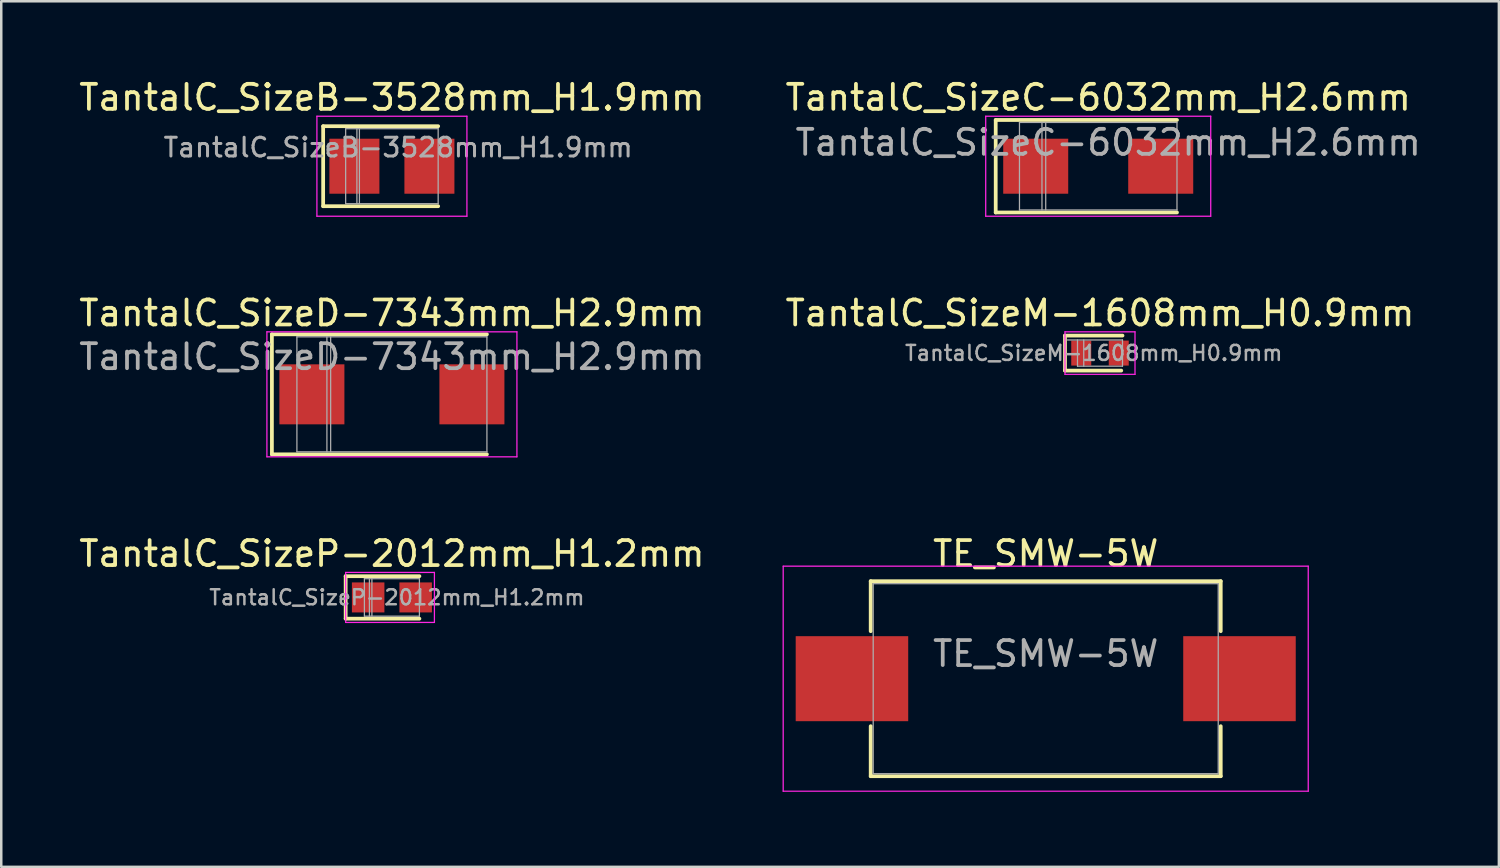
<source format=kicad_pcb>
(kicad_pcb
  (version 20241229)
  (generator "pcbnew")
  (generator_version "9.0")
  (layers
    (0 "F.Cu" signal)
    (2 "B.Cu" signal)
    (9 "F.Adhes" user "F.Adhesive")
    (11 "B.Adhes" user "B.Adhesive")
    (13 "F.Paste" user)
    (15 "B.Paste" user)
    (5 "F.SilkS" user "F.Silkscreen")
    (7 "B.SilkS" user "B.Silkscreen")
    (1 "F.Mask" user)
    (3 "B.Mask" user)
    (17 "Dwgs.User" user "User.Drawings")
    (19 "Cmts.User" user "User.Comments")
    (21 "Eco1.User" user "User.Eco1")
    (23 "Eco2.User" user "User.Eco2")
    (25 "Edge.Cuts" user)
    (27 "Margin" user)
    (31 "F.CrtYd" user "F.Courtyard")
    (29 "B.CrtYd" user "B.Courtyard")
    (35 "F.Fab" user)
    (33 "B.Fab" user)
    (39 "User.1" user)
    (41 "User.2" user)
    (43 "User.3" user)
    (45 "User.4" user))
  (footprint "TantalC_SizeB-3528mm_H1.9mm"
    (layer "F.Cu")
    (at 12.625 3.598)
    (property "Reference" "TantalC_SizeB-3528mm_H1.9mm" (at 0.25 -0.75 0) (layer "F.Fab") (effects (font (size 0.75 0.75) (thickness 0.12))))
    (attr smd)
    (fp_line (start -2.75 -1.6) (end -2.75 1.6) (stroke (width 0.15) (type solid)) (layer "F.SilkS"))
    (fp_line (start 1.85 -1.6) (end -2.75 -1.6) (stroke (width 0.15) (type solid)) (layer "F.SilkS"))
    (fp_line (start 1.85 1.6) (end -2.75 1.6) (stroke (width 0.15) (type solid)) (layer "F.SilkS"))
    (fp_line (start -3 -2) (end -3 2) (stroke (width 0.05) (type solid)) (layer "F.CrtYd"))
    (fp_line (start -3 2) (end 3 2) (stroke (width 0.05) (type solid)) (layer "F.CrtYd"))
    (fp_line (start 3 -2) (end -3 -2) (stroke (width 0.05) (type solid)) (layer "F.CrtYd"))
    (fp_line (start 3 2) (end 3 -2) (stroke (width 0.05) (type solid)) (layer "F.CrtYd"))
    (fp_line (start -1.85 -1.5) (end 1.85 -1.5) (stroke (width 0.05) (type solid)) (layer "F.Fab"))
    (fp_line (start -1.85 1.5) (end -1.85 -1.5) (stroke (width 0.05) (type solid)) (layer "F.Fab"))
    (fp_line (start -1.4 -1.5) (end -1.4 1.5) (stroke (width 0.05) (type solid)) (layer "F.Fab"))
    (fp_line (start -1.3 -1.5) (end -1.3 1.5) (stroke (width 0.05) (type solid)) (layer "F.Fab"))
    (fp_line (start 1.85 -1.5) (end 1.85 1.5) (stroke (width 0.05) (type solid)) (layer "F.Fab"))
    (fp_line (start 1.85 1.5) (end -1.85 1.5) (stroke (width 0.05) (type solid)) (layer "F.Fab"))
    (fp_text user "${REFERENCE}" (at 0 -2.75 0) (layer "F.SilkS") (effects (font (size 1 1) (thickness 0.15))))
    (pad "1" smd rect (at -1.5 0) (size 2 2.2) (layers "F.Cu" "F.Mask" "F.Paste"))
    (pad "2" smd rect (at 1.5 0) (size 2 2.2) (layers "F.Cu" "F.Mask" "F.Paste")))
  (footprint "TantalC_SizeP-2012mm_H1.2mm"
    (layer "F.Cu")
    (at 12.625 20.845)
    (property "Reference" "TantalC_SizeP-2012mm_H1.2mm" (at 0.2 0 0) (layer "F.Fab") (effects (font (size 0.6 0.6) (thickness 0.1))))
    (attr smd)
    (fp_line (start -1.85 -0.85) (end -1.85 0.85) (stroke (width 0.15) (type solid)) (layer "F.SilkS"))
    (fp_line (start 1.1 -0.85) (end -1.85 -0.85) (stroke (width 0.15) (type solid)) (layer "F.SilkS"))
    (fp_line (start 1.1 0.85) (end -1.85 0.85) (stroke (width 0.15) (type solid)) (layer "F.SilkS"))
    (fp_line (start -1.85 -1) (end -1.85 1) (stroke (width 0.05) (type solid)) (layer "F.CrtYd"))
    (fp_line (start -1.85 1) (end 1.7 1) (stroke (width 0.05) (type solid)) (layer "F.CrtYd"))
    (fp_line (start 1.7 -1) (end -1.85 -1) (stroke (width 0.05) (type solid)) (layer "F.CrtYd"))
    (fp_line (start 1.7 1) (end 1.7 -1) (stroke (width 0.05) (type solid)) (layer "F.CrtYd"))
    (fp_line (start -1.1 -0.75) (end 1.1 -0.75) (stroke (width 0.05) (type solid)) (layer "F.Fab"))
    (fp_line (start -1.1 0.75) (end -1.1 -0.75) (stroke (width 0.05) (type solid)) (layer "F.Fab"))
    (fp_line (start -0.9 -0.75) (end -0.9 0.75) (stroke (width 0.05) (type solid)) (layer "F.Fab"))
    (fp_line (start -0.8 -0.75) (end -0.8 0.75) (stroke (width 0.05) (type solid)) (layer "F.Fab"))
    (fp_line (start 1.1 -0.75) (end 1.1 0.75) (stroke (width 0.05) (type solid)) (layer "F.Fab"))
    (fp_line (start 1.1 0.75) (end -1.1 0.75) (stroke (width 0.05) (type solid)) (layer "F.Fab"))
    (fp_text user "${REFERENCE}" (at 0 -1.75 0) (layer "F.SilkS") (effects (font (size 1 1) (thickness 0.15))))
    (pad "1" smd rect (at -0.95 0) (size 1.3 1.2) (layers "F.Cu" "F.Mask" "F.Paste"))
    (pad "2" smd rect (at 0.95 0) (size 1.3 1.2) (layers "F.Cu" "F.Mask" "F.Paste")))
  (footprint "TantalC_SizeC-6032mm_H2.6mm"
    (layer "F.Cu")
    (at 40.875 3.598)
    (property "Reference" "TantalC_SizeC-6032mm_H2.6mm" (at 0.4 -0.95 0) (layer "F.Fab") (effects (font (size 1 1) (thickness 0.15))))
    (attr smd)
    (fp_line (start -4.1 -1.85) (end -4.1 1.85) (stroke (width 0.15) (type solid)) (layer "F.SilkS"))
    (fp_line (start 3.15 -1.85) (end -4.1 -1.85) (stroke (width 0.15) (type solid)) (layer "F.SilkS"))
    (fp_line (start 3.15 1.85) (end -4.1 1.85) (stroke (width 0.15) (type solid)) (layer "F.SilkS"))
    (fp_line (start -4.5 -2) (end -4.5 2) (stroke (width 0.05) (type solid)) (layer "F.CrtYd"))
    (fp_line (start -4.5 2) (end 4.5 2) (stroke (width 0.05) (type solid)) (layer "F.CrtYd"))
    (fp_line (start 4.5 -2) (end -4.5 -2) (stroke (width 0.05) (type solid)) (layer "F.CrtYd"))
    (fp_line (start 4.5 2) (end 4.5 -2) (stroke (width 0.05) (type solid)) (layer "F.CrtYd"))
    (fp_line (start -3.15 -1.75) (end 3.15 -1.75) (stroke (width 0.05) (type solid)) (layer "F.Fab"))
    (fp_line (start -3.15 1.75) (end -3.15 -1.75) (stroke (width 0.05) (type solid)) (layer "F.Fab"))
    (fp_line (start -2.25 -1.75) (end -2.25 1.75) (stroke (width 0.05) (type solid)) (layer "F.Fab"))
    (fp_line (start -2.1 -1.75) (end -2.1 1.75) (stroke (width 0.05) (type solid)) (layer "F.Fab"))
    (fp_line (start 3.15 -1.75) (end 3.15 1.75) (stroke (width 0.05) (type solid)) (layer "F.Fab"))
    (fp_line (start 3.15 1.75) (end -3.15 1.75) (stroke (width 0.05) (type solid)) (layer "F.Fab"))
    (fp_text user "${REFERENCE}" (at 0 -2.75 0) (layer "F.SilkS") (effects (font (size 1 1) (thickness 0.15))))
    (pad "1" smd rect (at -2.5 0) (size 2.6 2.2) (layers "F.Cu" "F.Mask" "F.Paste"))
    (pad "2" smd rect (at 2.5 0) (size 2.6 2.2) (layers "F.Cu" "F.Mask" "F.Paste")))
  (footprint "TantalC_SizeM-1608mm_H0.9mm"
    (layer "F.Cu")
    (at 40.946 11.072)
    (property "Reference" "TantalC_SizeM-1608mm_H0.9mm" (at -0.25 0 0) (layer "F.Fab") (effects (font (size 0.6 0.6) (thickness 0.1))))
    (attr smd)
    (fp_line (start -1.4 -0.7) (end -1.4 0.7) (stroke (width 0.15) (type solid)) (layer "F.SilkS"))
    (fp_line (start 0.85 0.7) (end -1.4 0.7) (stroke (width 0.15) (type solid)) (layer "F.SilkS"))
    (fp_line (start 0.9 -0.7) (end -1.4 -0.7) (stroke (width 0.15) (type solid)) (layer "F.SilkS"))
    (fp_line (start -1.4 -0.85) (end -1.4 0.85) (stroke (width 0.05) (type solid)) (layer "F.CrtYd"))
    (fp_line (start -1.4 0.85) (end 1.4 0.85) (stroke (width 0.05) (type solid)) (layer "F.CrtYd"))
    (fp_line (start 1.4 -0.85) (end -1.4 -0.85) (stroke (width 0.05) (type solid)) (layer "F.CrtYd"))
    (fp_line (start 1.4 0.85) (end 1.4 -0.85) (stroke (width 0.05) (type solid)) (layer "F.CrtYd"))
    (fp_line (start -1.3 -0.525) (end 0.9 -0.525) (stroke (width 0.05) (type solid)) (layer "F.Fab"))
    (fp_line (start -0.9 0.525) (end -0.9 -0.525) (stroke (width 0.05) (type solid)) (layer "F.Fab"))
    (fp_line (start -0.65 -0.525) (end -0.65 0.525) (stroke (width 0.05) (type solid)) (layer "F.Fab"))
    (fp_line (start 0.9 -0.525) (end 0.9 0.525) (stroke (width 0.05) (type solid)) (layer "F.Fab"))
    (fp_line (start 0.9 0.525) (end -0.9 0.525) (stroke (width 0.05) (type solid)) (layer "F.Fab"))
    (fp_text user "${REFERENCE}" (at 0 -1.6 0) (layer "F.SilkS") (effects (font (size 1 1) (thickness 0.15))))
    (pad "1" smd rect (at -0.75 0) (size 0.8 1) (layers "F.Cu" "F.Mask" "F.Paste"))
    (pad "2" smd rect (at 0.75 0) (size 0.8 1) (layers "F.Cu" "F.Mask" "F.Paste")))
  (footprint "TantalC_SizeD-7343mm_H2.9mm"
    (layer "F.Cu")
    (at 12.625 12.722)
    (property "Reference" "TantalC_SizeD-7343mm_H2.9mm" (at 0 -1.5 0) (layer "F.Fab") (effects (font (size 1 1) (thickness 0.15))))
    (attr smd)
    (fp_line (start -4.8 -2.4) (end -4.8 2.4) (stroke (width 0.15) (type solid)) (layer "F.SilkS"))
    (fp_line (start 3.8 -2.4) (end -4.8 -2.4) (stroke (width 0.15) (type solid)) (layer "F.SilkS"))
    (fp_line (start 3.8 2.4) (end -4.8 2.4) (stroke (width 0.15) (type solid)) (layer "F.SilkS"))
    (fp_line (start -5 -2.5) (end -5 2.5) (stroke (width 0.05) (type solid)) (layer "F.CrtYd"))
    (fp_line (start -5 2.5) (end 5 2.5) (stroke (width 0.05) (type solid)) (layer "F.CrtYd"))
    (fp_line (start 5 -2.5) (end -5 -2.5) (stroke (width 0.05) (type solid)) (layer "F.CrtYd"))
    (fp_line (start 5 2.5) (end 5 -2.5) (stroke (width 0.05) (type solid)) (layer "F.CrtYd"))
    (fp_line (start -3.8 -2.3) (end 3.8 -2.3) (stroke (width 0.05) (type solid)) (layer "F.Fab"))
    (fp_line (start -3.8 2.3) (end -3.8 -2.3) (stroke (width 0.05) (type solid)) (layer "F.Fab"))
    (fp_line (start -2.6 -2.3) (end -2.6 2.3) (stroke (width 0.05) (type solid)) (layer "F.Fab"))
    (fp_line (start -2.45 -2.3) (end -2.45 2.3) (stroke (width 0.05) (type solid)) (layer "F.Fab"))
    (fp_line (start 3.8 -2.3) (end 3.8 2.3) (stroke (width 0.05) (type solid)) (layer "F.Fab"))
    (fp_line (start 3.8 2.3) (end -3.8 2.3) (stroke (width 0.05) (type solid)) (layer "F.Fab"))
    (fp_text user "${REFERENCE}" (at 0 -3.25 0) (layer "F.SilkS") (effects (font (size 1 1) (thickness 0.15))))
    (pad "1" smd rect (at -3.2 0) (size 2.6 2.4) (layers "F.Cu" "F.Mask" "F.Paste"))
    (pad "2" smd rect (at 3.2 0) (size 2.6 2.4) (layers "F.Cu" "F.Mask" "F.Paste")))
  (footprint "TE_SMW-5W"
    (layer "F.Cu")
    (at 38.775 24.095)
    (property "Reference" "TE_SMW-5W" (at 0 -1 0) (layer "F.Fab") (effects (font (size 1 1) (thickness 0.15))))
    (attr smd)
    (fp_line (start -7 -3.9) (end 7 -3.9) (stroke (width 0.15) (type solid)) (layer "F.SilkS"))
    (fp_line (start -7 -1.9) (end -7 -3.9) (stroke (width 0.15) (type solid)) (layer "F.SilkS"))
    (fp_line (start -7 1.9) (end -7 3.9) (stroke (width 0.15) (type solid)) (layer "F.SilkS"))
    (fp_line (start -7 3.9) (end 7 3.9) (stroke (width 0.15) (type solid)) (layer "F.SilkS"))
    (fp_line (start 7 -3.9) (end 7 -1.9) (stroke (width 0.15) (type solid)) (layer "F.SilkS"))
    (fp_line (start 7 3.9) (end 7 1.9) (stroke (width 0.15) (type solid)) (layer "F.SilkS"))
    (fp_line (start -10.5 -4.5) (end -10.5 4.5) (stroke (width 0.05) (type solid)) (layer "F.CrtYd"))
    (fp_line (start -10.5 -4.5) (end 10.5 -4.5) (stroke (width 0.05) (type solid)) (layer "F.CrtYd"))
    (fp_line (start 10.5 -4.5) (end 10.5 4.5) (stroke (width 0.05) (type solid)) (layer "F.CrtYd"))
    (fp_line (start 10.5 4.5) (end -10.5 4.5) (stroke (width 0.05) (type solid)) (layer "F.CrtYd"))
    (fp_line (start -6.9 -3.8) (end 6.9 -3.8) (stroke (width 0.05) (type solid)) (layer "F.Fab"))
    (fp_line (start -6.9 3.8) (end -6.9 -3.8) (stroke (width 0.05) (type solid)) (layer "F.Fab"))
    (fp_line (start 6.9 -3.8) (end 6.9 3.8) (stroke (width 0.05) (type solid)) (layer "F.Fab"))
    (fp_line (start 6.9 3.8) (end -6.9 3.8) (stroke (width 0.05) (type solid)) (layer "F.Fab"))
    (fp_text user "${REFERENCE}" (at 0 -5 0) (layer "F.SilkS") (effects (font (size 1 1) (thickness 0.15))))
    (pad "1" smd rect (at -7.75 0) (size 4.5 3.4) (layers "F.Cu" "F.Mask" "F.Paste"))
    (pad "2" smd rect (at 7.75 0) (size 4.5 3.4) (layers "F.Cu" "F.Mask" "F.Paste")))
  (gr_rect
    (start -3 -3)
    (end 56.9 31.62)
    (stroke (width 0.1) (type default))
    (fill no)
    (layer "Edge.Cuts")))
</source>
